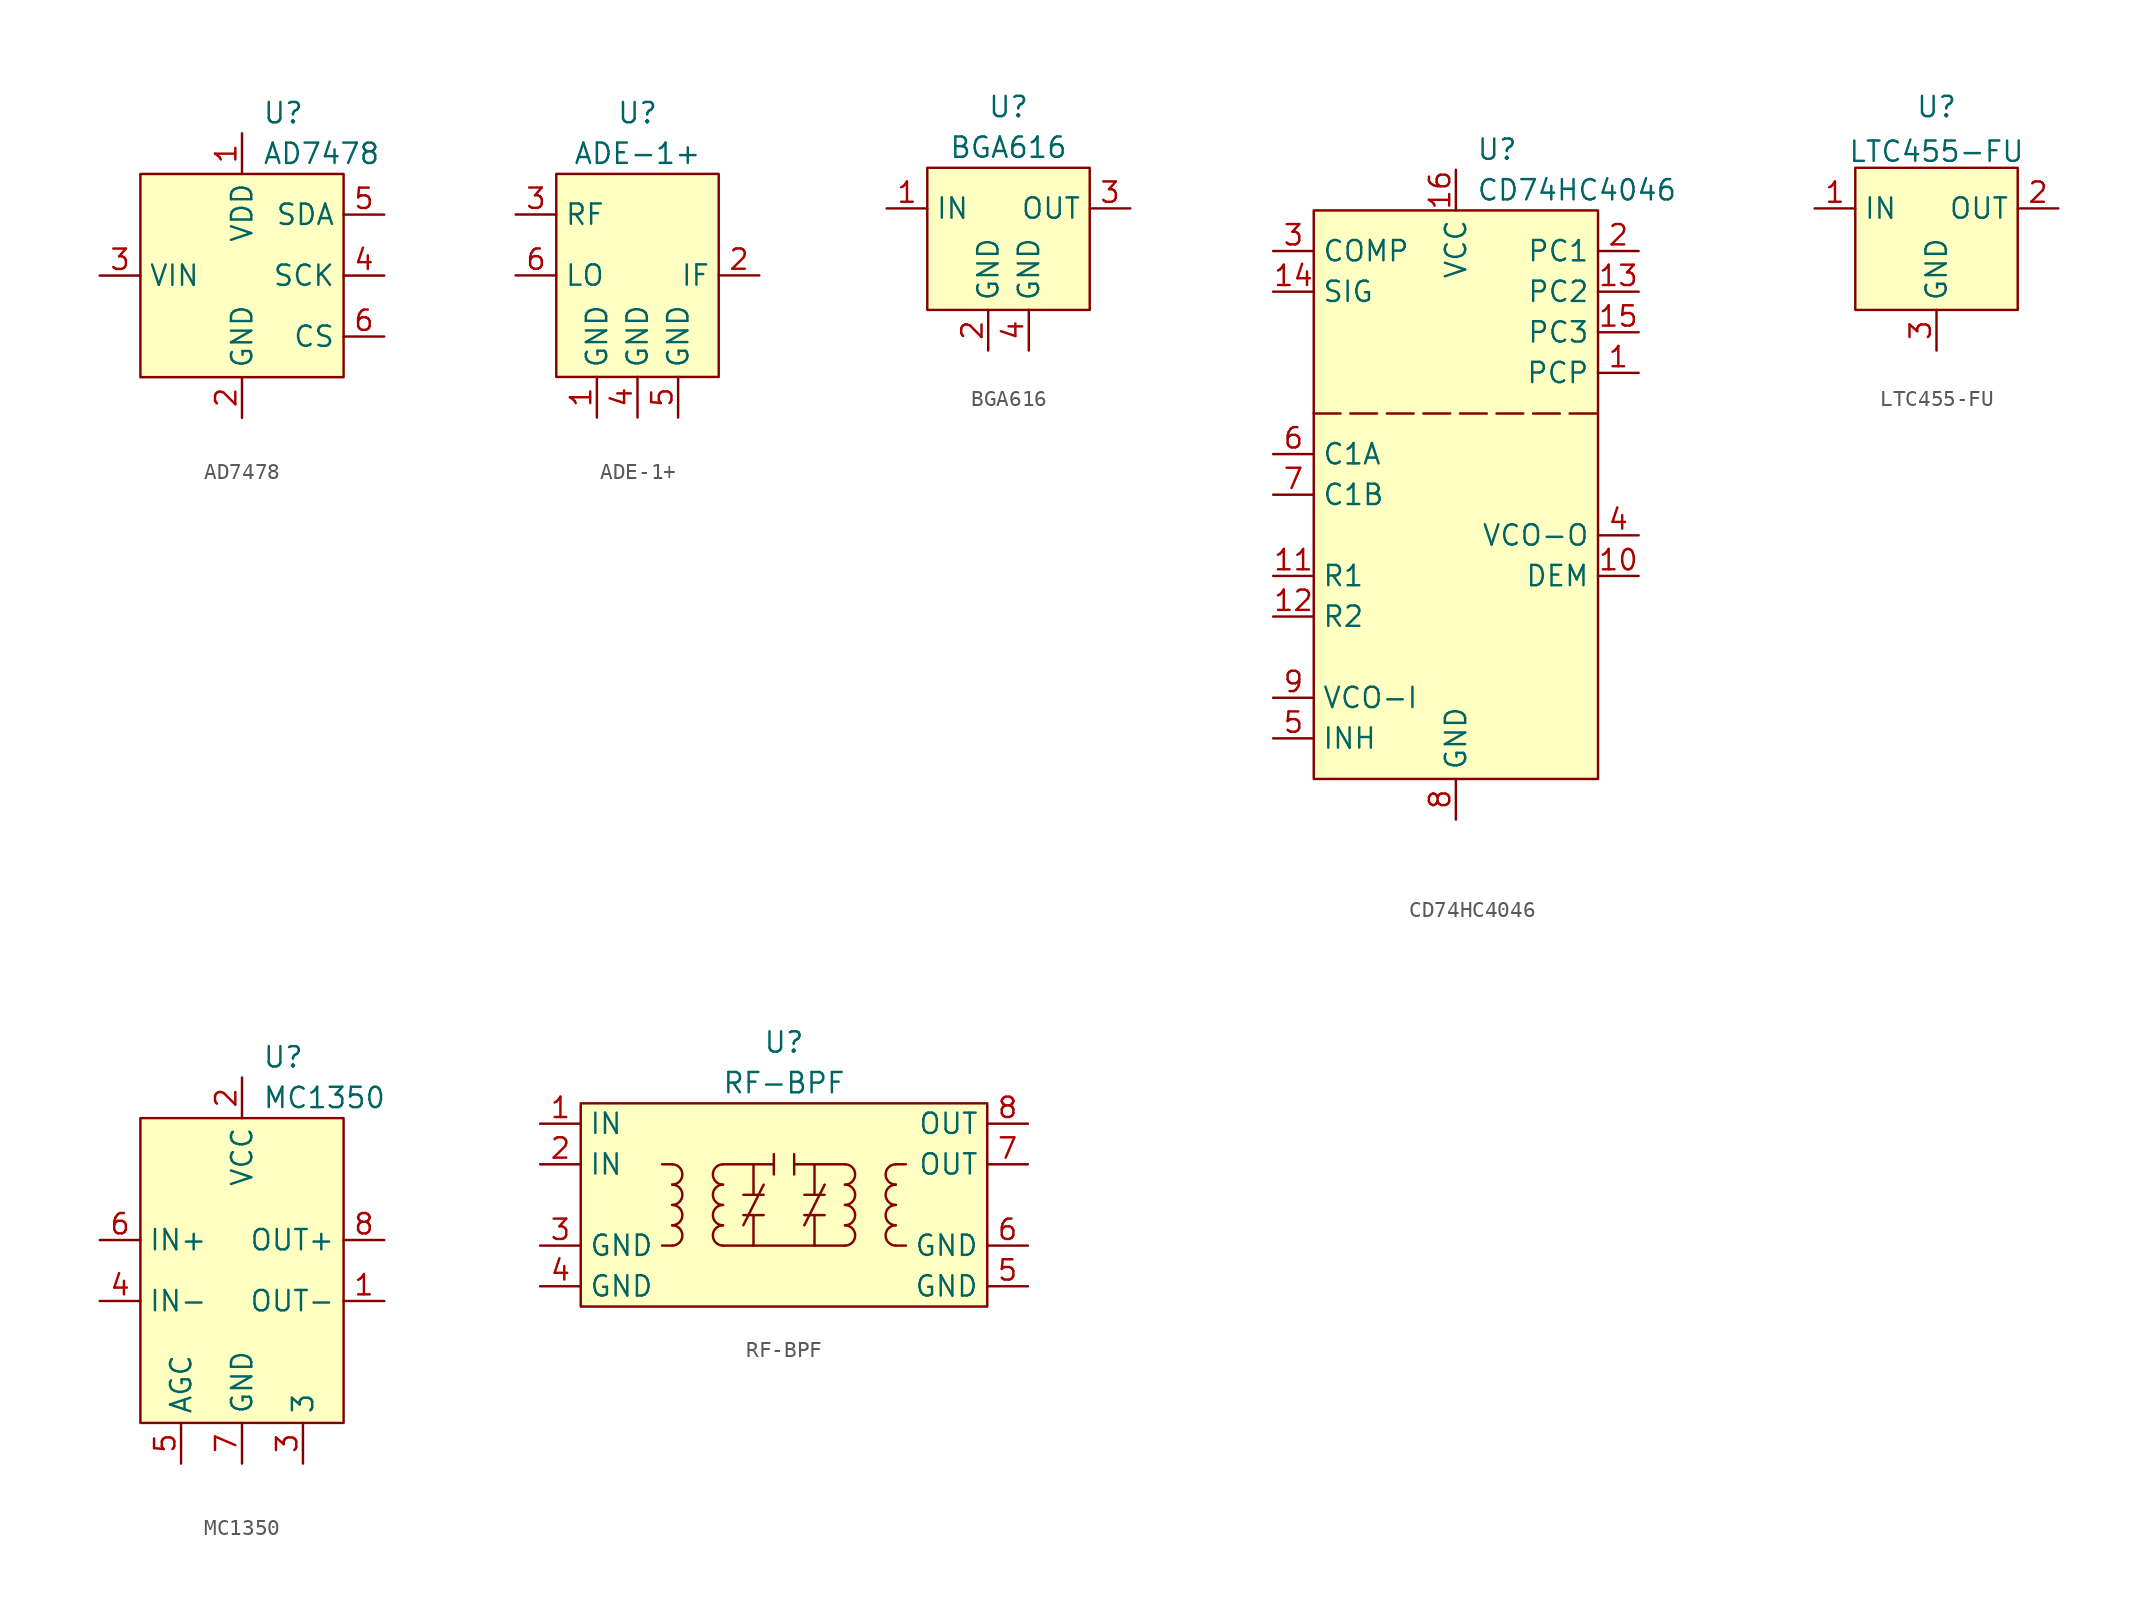
<source format=kicad_sym>
(kicad_symbol_lib
  (version 20231120)
  (generator "kicad_symbol_editor")
  (generator_version "8.0")
  (symbol "AD7478"
    (property "Reference" "U"
      (at 1.27 3.81 0)
      (effects (font (size 1.27 1.27)) (justify left)))
    (property "Value" "AD7478"
      (at 1.27 1.27 0)
      (effects (font (size 1.27 1.27)) (justify left)))
    (symbol "AD7478_1_1"
      (rectangle (start -6.35 0) (end 6.35 -12.7) (stroke (width 0) (type default)) (fill (type background)))
      (pin power_in line (at 0 2.54 270) (length 2.54) (name "VDD" (effects (font (size 1.27 1.27)))) (number "1" (effects (font (size 1.27 1.27)))))
      (pin power_in line (at 0 -15.24 90) (length 2.54) (name "GND" (effects (font (size 1.27 1.27)))) (number "2" (effects (font (size 1.27 1.27)))))
      (pin input line (at -8.89 -6.35 0) (length 2.54) (name "VIN" (effects (font (size 1.27 1.27)))) (number "3" (effects (font (size 1.27 1.27)))))
      (pin input line (at 8.89 -6.35 180) (length 2.54) (name "SCK" (effects (font (size 1.27 1.27)))) (number "4" (effects (font (size 1.27 1.27)))))
      (pin output line (at 8.89 -2.54 180) (length 2.54) (name "SDA" (effects (font (size 1.27 1.27)))) (number "5" (effects (font (size 1.27 1.27)))))
      (pin input line (at 8.89 -10.16 180) (length 2.54) (name "CS" (effects (font (size 1.27 1.27)))) (number "6" (effects (font (size 1.27 1.27)))))))
  (symbol "ADE-1+"
    (property "Reference" "U"
      (at 0 10.16 0)
      (effects (font (size 1.27 1.27))))
    (property "Value" "ADE-1+"
      (at 0 7.62 0)
      (effects (font (size 1.27 1.27))))
    (symbol "ADE-1+_1_1"
      (rectangle (start -5.08 6.35) (end 5.08 -6.35) (stroke (width 0) (type default)) (fill (type background)))
      (pin power_in line (at -2.54 -8.89 90) (length 2.54) (name "GND" (effects (font (size 1.27 1.27)))) (number "1" (effects (font (size 1.27 1.27)))))
      (pin output line (at 7.62 0 180) (length 2.54) (name "IF" (effects (font (size 1.27 1.27)))) (number "2" (effects (font (size 1.27 1.27)))))
      (pin input line (at -7.62 3.81 0) (length 2.54) (name "RF" (effects (font (size 1.27 1.27)))) (number "3" (effects (font (size 1.27 1.27)))))
      (pin power_in line (at 0 -8.89 90) (length 2.54) (name "GND" (effects (font (size 1.27 1.27)))) (number "4" (effects (font (size 1.27 1.27)))))
      (pin power_in line (at 2.54 -8.89 90) (length 2.54) (name "GND" (effects (font (size 1.27 1.27)))) (number "5" (effects (font (size 1.27 1.27)))))
      (pin input line (at -7.62 0 0) (length 2.54) (name "LO" (effects (font (size 1.27 1.27)))) (number "6" (effects (font (size 1.27 1.27)))))))
  (symbol "BGA616"
    (property "Reference" "U"
      (at 0 3.81 0)
      (effects (font (size 1.27 1.27))))
    (property "Value" "BGA616"
      (at 0 1.27 0)
      (effects (font (size 1.27 1.27))))
    (symbol "BGA616_1_1"
      (rectangle (start -5.08 0) (end 5.08 -8.89) (stroke (width 0) (type default)) (fill (type background)))
      (pin input line (at -7.62 -2.54 0) (length 2.54) (name "IN" (effects (font (size 1.27 1.27)))) (number "1" (effects (font (size 1.27 1.27)))))
      (pin power_in line (at -1.27 -11.43 90) (length 2.54) (name "GND" (effects (font (size 1.27 1.27)))) (number "2" (effects (font (size 1.27 1.27)))))
      (pin output line (at 7.62 -2.54 180) (length 2.54) (name "OUT" (effects (font (size 1.27 1.27)))) (number "3" (effects (font (size 1.27 1.27)))))
      (pin power_in line (at 1.27 -11.43 90) (length 2.54) (name "GND" (effects (font (size 1.27 1.27)))) (number "4" (effects (font (size 1.27 1.27)))))))
  (symbol "CD74HC4046"
    (property "Reference" "U"
      (at 1.27 3.81 0)
      (effects (font (size 1.27 1.27)) (justify left)))
    (property "Value" "CD74HC4046"
      (at 1.27 1.27 0)
      (effects (font (size 1.27 1.27)) (justify left)))
    (symbol "CD74HC4046_1_1"
      (rectangle (start -8.89 0) (end 8.89 -35.56) (stroke (width 0) (type default)) (fill (type background)))
      (polyline (pts (xy -8.89 -12.7) (xy 8.89 -12.7)) (stroke (width 0) (type dash)) (fill (type none)))
      (pin output line (at 11.43 -10.16 180) (length 2.54) (name "PCP" (effects (font (size 1.27 1.27)))) (number "1" (effects (font (size 1.27 1.27)))))
      (pin output line (at 11.43 -22.86 180) (length 2.54) (name "DEM" (effects (font (size 1.27 1.27)))) (number "10" (effects (font (size 1.27 1.27)))))
      (pin input line (at -11.43 -22.86 0) (length 2.54) (name "R1" (effects (font (size 1.27 1.27)))) (number "11" (effects (font (size 1.27 1.27)))))
      (pin input line (at -11.43 -25.4 0) (length 2.54) (name "R2" (effects (font (size 1.27 1.27)))) (number "12" (effects (font (size 1.27 1.27)))))
      (pin output line (at 11.43 -5.08 180) (length 2.54) (name "PC2" (effects (font (size 1.27 1.27)))) (number "13" (effects (font (size 1.27 1.27)))))
      (pin input line (at -11.43 -5.08 0) (length 2.54) (name "SIG" (effects (font (size 1.27 1.27)))) (number "14" (effects (font (size 1.27 1.27)))))
      (pin output line (at 11.43 -7.62 180) (length 2.54) (name "PC3" (effects (font (size 1.27 1.27)))) (number "15" (effects (font (size 1.27 1.27)))))
      (pin power_in line (at 0 2.54 270) (length 2.54) (name "VCC" (effects (font (size 1.27 1.27)))) (number "16" (effects (font (size 1.27 1.27)))))
      (pin output line (at 11.43 -2.54 180) (length 2.54) (name "PC1" (effects (font (size 1.27 1.27)))) (number "2" (effects (font (size 1.27 1.27)))))
      (pin input line (at -11.43 -2.54 0) (length 2.54) (name "COMP" (effects (font (size 1.27 1.27)))) (number "3" (effects (font (size 1.27 1.27)))))
      (pin output line (at 11.43 -20.32 180) (length 2.54) (name "VCO-O" (effects (font (size 1.27 1.27)))) (number "4" (effects (font (size 1.27 1.27)))))
      (pin input line (at -11.43 -33.02 0) (length 2.54) (name "INH" (effects (font (size 1.27 1.27)))) (number "5" (effects (font (size 1.27 1.27)))))
      (pin input line (at -11.43 -15.24 0) (length 2.54) (name "C1A" (effects (font (size 1.27 1.27)))) (number "6" (effects (font (size 1.27 1.27)))))
      (pin input line (at -11.43 -17.78 0) (length 2.54) (name "C1B" (effects (font (size 1.27 1.27)))) (number "7" (effects (font (size 1.27 1.27)))))
      (pin power_in line (at 0 -38.1 90) (length 2.54) (name "GND" (effects (font (size 1.27 1.27)))) (number "8" (effects (font (size 1.27 1.27)))))
      (pin input line (at -11.43 -30.48 0) (length 2.54) (name "VCO-I" (effects (font (size 1.27 1.27)))) (number "9" (effects (font (size 1.27 1.27)))))))
  (symbol "LTC455-FU"
    (property "Reference" "U"
      (at 0 3.81 0)
      (effects (font (size 1.27 1.27))))
    (property "Value" "LTC455-FU"
      (at 0 1.016 0)
      (effects (font (size 1.27 1.27))))
    (symbol "LTC455-FU_1_1"
      (rectangle (start -5.08 0) (end 5.08 -8.89) (stroke (width 0) (type default)) (fill (type background)))
      (pin input line (at -7.62 -2.54 0) (length 2.54) (name "IN" (effects (font (size 1.27 1.27)))) (number "1" (effects (font (size 1.27 1.27)))))
      (pin output line (at 7.62 -2.54 180) (length 2.54) (name "OUT" (effects (font (size 1.27 1.27)))) (number "2" (effects (font (size 1.27 1.27)))))
      (pin power_in line (at 0 -11.43 90) (length 2.54) (name "GND" (effects (font (size 1.27 1.27)))) (number "3" (effects (font (size 1.27 1.27)))))))
  (symbol "MC1350"
    (property "Reference" "U"
      (at 1.27 3.81 0)
      (effects (font (size 1.27 1.27)) (justify left)))
    (property "Value" "MC1350"
      (at 1.27 1.27 0)
      (effects (font (size 1.27 1.27)) (justify left)))
    (symbol "MC1350_1_1"
      (rectangle (start -6.35 0) (end 6.35 -19.05) (stroke (width 0) (type default)) (fill (type background)))
      (pin output line (at 8.89 -11.43 180) (length 2.54) (name "OUT-" (effects (font (size 1.27 1.27)))) (number "1" (effects (font (size 1.27 1.27)))))
      (pin power_in line (at 0 2.54 270) (length 2.54) (name "VCC" (effects (font (size 1.27 1.27)))) (number "2" (effects (font (size 1.27 1.27)))))
      (pin bidirectional line (at 3.81 -21.59 90) (length 2.54) (name "3" (effects (font (size 1.27 1.27)))) (number "3" (effects (font (size 1.27 1.27)))))
      (pin input line (at -8.89 -11.43 0) (length 2.54) (name "IN-" (effects (font (size 1.27 1.27)))) (number "4" (effects (font (size 1.27 1.27)))))
      (pin input line (at -3.81 -21.59 90) (length 2.54) (name "AGC" (effects (font (size 1.27 1.27)))) (number "5" (effects (font (size 1.27 1.27)))))
      (pin input line (at -8.89 -7.62 0) (length 2.54) (name "IN+" (effects (font (size 1.27 1.27)))) (number "6" (effects (font (size 1.27 1.27)))))
      (pin power_in line (at 0 -21.59 90) (length 2.54) (name "GND" (effects (font (size 1.27 1.27)))) (number "7" (effects (font (size 1.27 1.27)))))
      (pin output line (at 8.89 -7.62 180) (length 2.54) (name "OUT+" (effects (font (size 1.27 1.27)))) (number "8" (effects (font (size 1.27 1.27)))))))
  (symbol "RF-BPF"
    (property "Reference" "U"
      (at 0 3.81 0)
      (effects (font (size 1.27 1.27))))
    (property "Value" "RF-BPF"
      (at 0 1.27 0)
      (effects (font (size 1.27 1.27))))
    (symbol "RF-BPF_0_1"
      (arc (start -6.985 -8.89) (mid -6.35 -8.255) (end -6.985 -7.62) (stroke (width 0) (type default)) (fill (type none)))
      (arc (start -6.985 -7.62) (mid -6.35 -6.985) (end -6.985 -6.35) (stroke (width 0) (type default)) (fill (type none)))
      (arc (start -6.985 -6.35) (mid -6.35 -5.715) (end -6.985 -5.08) (stroke (width 0) (type default)) (fill (type none)))
      (arc (start -6.985 -5.08) (mid -6.35 -4.445) (end -6.985 -3.81) (stroke (width 0) (type default)) (fill (type none)))
      (arc (start -3.81 -7.62) (mid -4.445 -8.255) (end -3.81 -8.89) (stroke (width 0) (type default)) (fill (type none)))
      (arc (start -3.81 -6.35) (mid -4.445 -6.985) (end -3.81 -7.62) (stroke (width 0) (type default)) (fill (type none)))
      (arc (start -3.81 -5.08) (mid -4.445 -5.715) (end -3.81 -6.35) (stroke (width 0) (type default)) (fill (type none)))
      (arc (start -3.81 -3.81) (mid -4.445 -4.445) (end -3.81 -5.08) (stroke (width 0) (type default)) (fill (type none)))
      (polyline (pts (xy -6.985 -8.89) (xy -7.62 -8.89)) (stroke (width 0) (type default)) (fill (type none)))
      (polyline (pts (xy -6.985 -3.81) (xy -7.62 -3.81)) (stroke (width 0) (type default)) (fill (type none)))
      (polyline (pts (xy -3.81 -8.89) (xy 3.81 -8.89)) (stroke (width 0) (type default)) (fill (type none)))
      (polyline (pts (xy -2.54 -7.62) (xy -1.27 -5.08)) (stroke (width 0) (type default)) (fill (type none)))
      (polyline (pts (xy -2.54 -6.985) (xy -1.27 -6.985)) (stroke (width 0) (type default)) (fill (type none)))
      (polyline (pts (xy -2.54 -5.715) (xy -1.27 -5.715)) (stroke (width 0) (type default)) (fill (type none)))
      (polyline (pts (xy -1.905 -6.985) (xy -1.905 -8.89)) (stroke (width 0) (type default)) (fill (type none)))
      (polyline (pts (xy -1.905 -5.715) (xy -1.905 -3.81)) (stroke (width 0) (type default)) (fill (type none)))
      (polyline (pts (xy -0.635 -3.81) (xy -3.81 -3.81)) (stroke (width 0) (type default)) (fill (type none)))
      (polyline (pts (xy -0.635 -3.175) (xy -0.635 -4.445)) (stroke (width 0) (type default)) (fill (type none)))
      (polyline (pts (xy 0.635 -3.81) (xy 3.81 -3.81)) (stroke (width 0) (type default)) (fill (type none)))
      (polyline (pts (xy 0.635 -3.175) (xy 0.635 -4.445)) (stroke (width 0) (type default)) (fill (type none)))
      (polyline (pts (xy 1.27 -7.62) (xy 2.54 -5.08)) (stroke (width 0) (type default)) (fill (type none)))
      (polyline (pts (xy 1.27 -6.985) (xy 2.54 -6.985)) (stroke (width 0) (type default)) (fill (type none)))
      (polyline (pts (xy 1.27 -5.715) (xy 2.54 -5.715)) (stroke (width 0) (type default)) (fill (type none)))
      (polyline (pts (xy 1.905 -8.89) (xy 1.905 -6.985)) (stroke (width 0) (type default)) (fill (type none)))
      (polyline (pts (xy 1.905 -6.985) (xy 1.905 -6.985)) (stroke (width 0) (type default)) (fill (type none)))
      (polyline (pts (xy 1.905 -5.715) (xy 1.905 -3.81)) (stroke (width 0) (type default)) (fill (type none)))
      (polyline (pts (xy 6.985 -8.89) (xy 7.62 -8.89)) (stroke (width 0) (type default)) (fill (type none)))
      (polyline (pts (xy 6.985 -3.81) (xy 7.62 -3.81)) (stroke (width 0) (type default)) (fill (type none)))
      (arc (start 3.81 -8.89) (mid 4.445 -8.255) (end 3.81 -7.62) (stroke (width 0) (type default)) (fill (type none)))
      (arc (start 3.81 -7.62) (mid 4.445 -6.985) (end 3.81 -6.35) (stroke (width 0) (type default)) (fill (type none)))
      (arc (start 3.81 -6.35) (mid 4.445 -5.715) (end 3.81 -5.08) (stroke (width 0) (type default)) (fill (type none)))
      (arc (start 3.81 -5.08) (mid 4.445 -4.445) (end 3.81 -3.81) (stroke (width 0) (type default)) (fill (type none)))
      (arc (start 6.985 -7.62) (mid 6.35 -8.255) (end 6.985 -8.89) (stroke (width 0) (type default)) (fill (type none)))
      (arc (start 6.985 -6.35) (mid 6.35 -6.985) (end 6.985 -7.62) (stroke (width 0) (type default)) (fill (type none)))
      (arc (start 6.985 -5.08) (mid 6.35 -5.715) (end 6.985 -6.35) (stroke (width 0) (type default)) (fill (type none)))
      (arc (start 6.985 -3.81) (mid 6.35 -4.445) (end 6.985 -5.08) (stroke (width 0) (type default)) (fill (type none))))
    (symbol "RF-BPF_1_1"
      (rectangle (start -12.7 0) (end 12.7 -12.7) (stroke (width 0) (type default)) (fill (type background)))
      (pin input line (at -15.24 -1.27 0) (length 2.54) (name "IN" (effects (font (size 1.27 1.27)))) (number "1" (effects (font (size 1.27 1.27)))))
      (pin input line (at -15.24 -3.81 0) (length 2.54) (name "IN" (effects (font (size 1.27 1.27)))) (number "2" (effects (font (size 1.27 1.27)))))
      (pin power_in line (at -15.24 -8.89 0) (length 2.54) (name "GND" (effects (font (size 1.27 1.27)))) (number "3" (effects (font (size 1.27 1.27)))))
      (pin power_in line (at -15.24 -11.43 0) (length 2.54) (name "GND" (effects (font (size 1.27 1.27)))) (number "4" (effects (font (size 1.27 1.27)))))
      (pin power_in line (at 15.24 -11.43 180) (length 2.54) (name "GND" (effects (font (size 1.27 1.27)))) (number "5" (effects (font (size 1.27 1.27)))))
      (pin power_in line (at 15.24 -8.89 180) (length 2.54) (name "GND" (effects (font (size 1.27 1.27)))) (number "6" (effects (font (size 1.27 1.27)))))
      (pin output line (at 15.24 -3.81 180) (length 2.54) (name "OUT" (effects (font (size 1.27 1.27)))) (number "7" (effects (font (size 1.27 1.27)))))
      (pin output line (at 15.24 -1.27 180) (length 2.54) (name "OUT" (effects (font (size 1.27 1.27)))) (number "8" (effects (font (size 1.27 1.27))))))))
</source>
